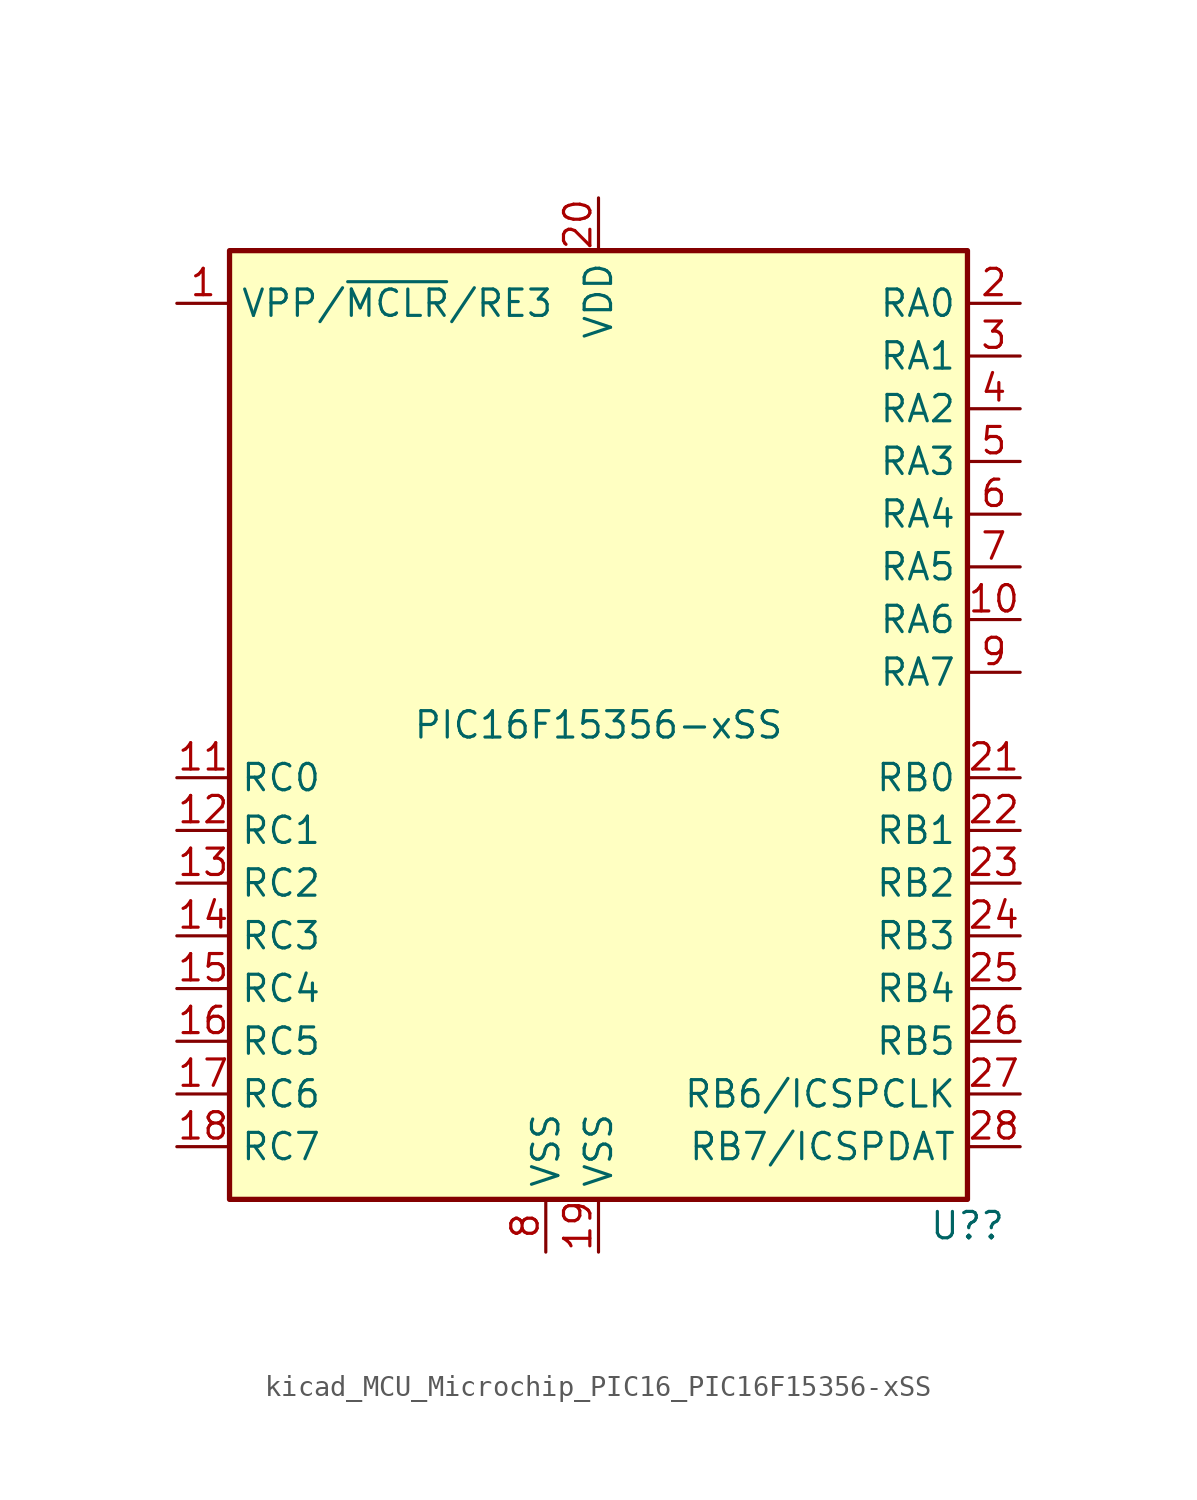
<source format=kicad_sym>
(kicad_symbol_lib
  (version 20220914)
  (generator kicad_symbol_editor)
  (symbol "kicad_MCU_Microchip_PIC16_PIC16F15356-xSS"
    (property "Reference" "U?"
      (at 17.78 -24.13 0)
      (effects (font (size 1.27 1.27))))
    (property "Value" "PIC16F15356-xSS"
      (at 0 0 0)
      (effects (font (size 1.27 1.27))))
    (symbol "kicad_MCU_Microchip_PIC16_PIC16F15356-xSS_0_1"
      (rectangle (start 17.78 22.86) (end -17.78 -22.86) (stroke (width 0.254) (type default)) (fill (type background))))
    (symbol "kicad_MCU_Microchip_PIC16_PIC16F15356-xSS_1_1"
      (pin bidirectional line (at -20.32 20.32 0) (length 2.54) (name "VPP/~{MCLR}/RE3" (effects (font (size 1.27 1.27)))) (number "1" (effects (font (size 1.27 1.27)))))
      (pin bidirectional line (at 20.32 5.08 180) (length 2.54) (name "RA6" (effects (font (size 1.27 1.27)))) (number "10" (effects (font (size 1.27 1.27)))))
      (pin bidirectional line (at -20.32 -2.54 0) (length 2.54) (name "RC0" (effects (font (size 1.27 1.27)))) (number "11" (effects (font (size 1.27 1.27)))))
      (pin bidirectional line (at -20.32 -5.08 0) (length 2.54) (name "RC1" (effects (font (size 1.27 1.27)))) (number "12" (effects (font (size 1.27 1.27)))))
      (pin bidirectional line (at -20.32 -7.62 0) (length 2.54) (name "RC2" (effects (font (size 1.27 1.27)))) (number "13" (effects (font (size 1.27 1.27)))))
      (pin bidirectional line (at -20.32 -10.16 0) (length 2.54) (name "RC3" (effects (font (size 1.27 1.27)))) (number "14" (effects (font (size 1.27 1.27)))))
      (pin bidirectional line (at -20.32 -12.7 0) (length 2.54) (name "RC4" (effects (font (size 1.27 1.27)))) (number "15" (effects (font (size 1.27 1.27)))))
      (pin bidirectional line (at -20.32 -15.24 0) (length 2.54) (name "RC5" (effects (font (size 1.27 1.27)))) (number "16" (effects (font (size 1.27 1.27)))))
      (pin bidirectional line (at -20.32 -17.78 0) (length 2.54) (name "RC6" (effects (font (size 1.27 1.27)))) (number "17" (effects (font (size 1.27 1.27)))))
      (pin bidirectional line (at -20.32 -20.32 0) (length 2.54) (name "RC7" (effects (font (size 1.27 1.27)))) (number "18" (effects (font (size 1.27 1.27)))))
      (pin power_in line (at 0 -25.4 90) (length 2.54) (name "VSS" (effects (font (size 1.27 1.27)))) (number "19" (effects (font (size 1.27 1.27)))))
      (pin bidirectional line (at 20.32 20.32 180) (length 2.54) (name "RA0" (effects (font (size 1.27 1.27)))) (number "2" (effects (font (size 1.27 1.27)))))
      (pin power_in line (at 0 25.4 270) (length 2.54) (name "VDD" (effects (font (size 1.27 1.27)))) (number "20" (effects (font (size 1.27 1.27)))))
      (pin bidirectional line (at 20.32 -2.54 180) (length 2.54) (name "RB0" (effects (font (size 1.27 1.27)))) (number "21" (effects (font (size 1.27 1.27)))))
      (pin bidirectional line (at 20.32 -5.08 180) (length 2.54) (name "RB1" (effects (font (size 1.27 1.27)))) (number "22" (effects (font (size 1.27 1.27)))))
      (pin bidirectional line (at 20.32 -7.62 180) (length 2.54) (name "RB2" (effects (font (size 1.27 1.27)))) (number "23" (effects (font (size 1.27 1.27)))))
      (pin bidirectional line (at 20.32 -10.16 180) (length 2.54) (name "RB3" (effects (font (size 1.27 1.27)))) (number "24" (effects (font (size 1.27 1.27)))))
      (pin bidirectional line (at 20.32 -12.7 180) (length 2.54) (name "RB4" (effects (font (size 1.27 1.27)))) (number "25" (effects (font (size 1.27 1.27)))))
      (pin bidirectional line (at 20.32 -15.24 180) (length 2.54) (name "RB5" (effects (font (size 1.27 1.27)))) (number "26" (effects (font (size 1.27 1.27)))))
      (pin bidirectional line (at 20.32 -17.78 180) (length 2.54) (name "RB6/ICSPCLK" (effects (font (size 1.27 1.27)))) (number "27" (effects (font (size 1.27 1.27)))))
      (pin bidirectional line (at 20.32 -20.32 180) (length 2.54) (name "RB7/ICSPDAT" (effects (font (size 1.27 1.27)))) (number "28" (effects (font (size 1.27 1.27)))))
      (pin bidirectional line (at 20.32 17.78 180) (length 2.54) (name "RA1" (effects (font (size 1.27 1.27)))) (number "3" (effects (font (size 1.27 1.27)))))
      (pin bidirectional line (at 20.32 15.24 180) (length 2.54) (name "RA2" (effects (font (size 1.27 1.27)))) (number "4" (effects (font (size 1.27 1.27)))))
      (pin bidirectional line (at 20.32 12.7 180) (length 2.54) (name "RA3" (effects (font (size 1.27 1.27)))) (number "5" (effects (font (size 1.27 1.27)))))
      (pin bidirectional line (at 20.32 10.16 180) (length 2.54) (name "RA4" (effects (font (size 1.27 1.27)))) (number "6" (effects (font (size 1.27 1.27)))))
      (pin bidirectional line (at 20.32 7.62 180) (length 2.54) (name "RA5" (effects (font (size 1.27 1.27)))) (number "7" (effects (font (size 1.27 1.27)))))
      (pin power_in line (at -2.54 -25.4 90) (length 2.54) (name "VSS" (effects (font (size 1.27 1.27)))) (number "8" (effects (font (size 1.27 1.27)))))
      (pin bidirectional line (at 20.32 2.54 180) (length 2.54) (name "RA7" (effects (font (size 1.27 1.27)))) (number "9" (effects (font (size 1.27 1.27))))))))
</source>
